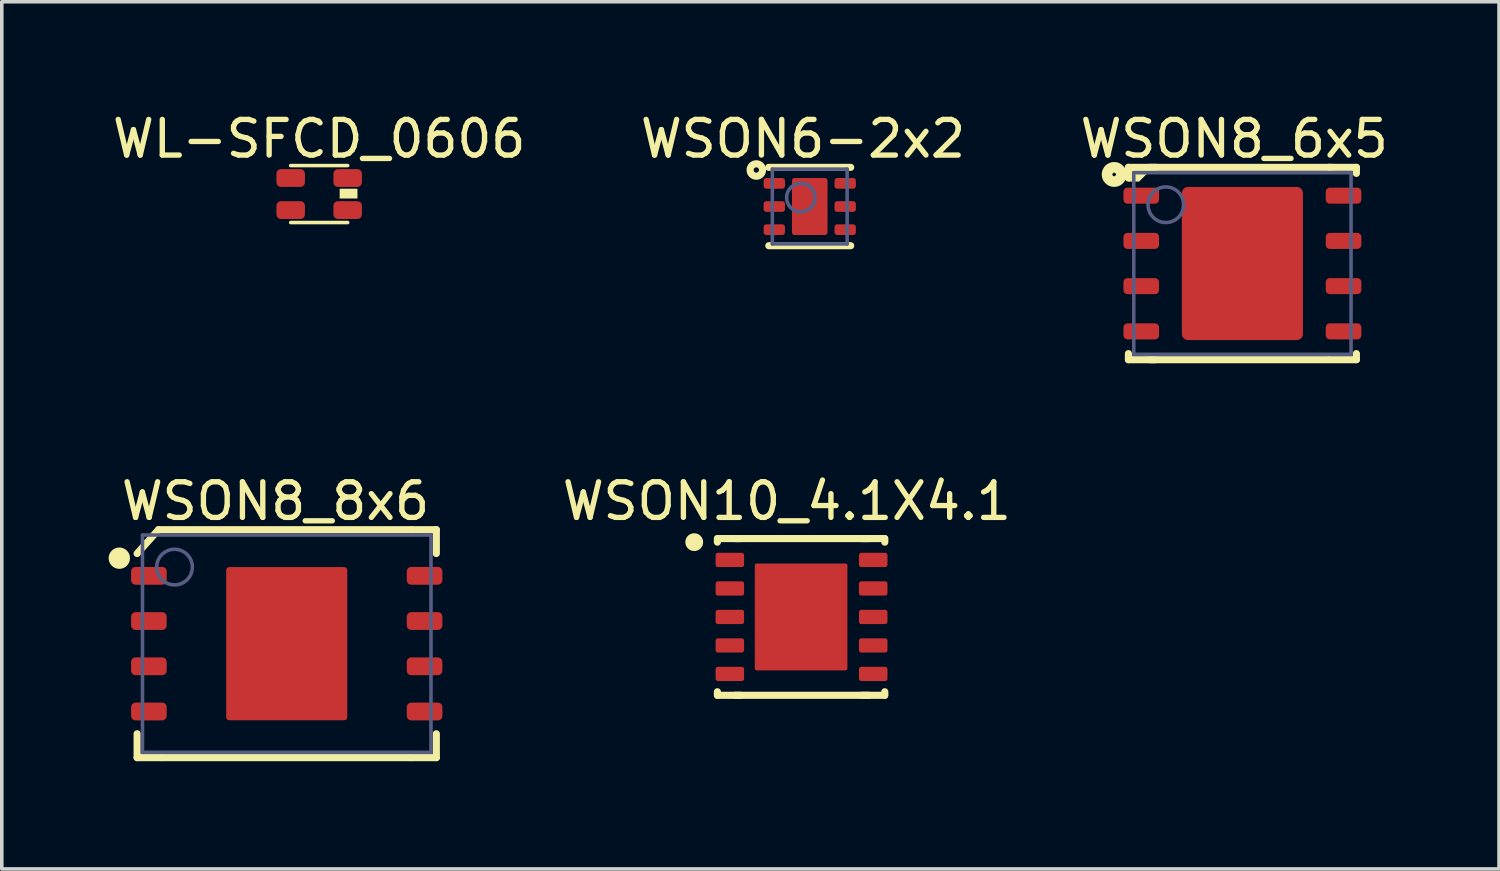
<source format=kicad_pcb>
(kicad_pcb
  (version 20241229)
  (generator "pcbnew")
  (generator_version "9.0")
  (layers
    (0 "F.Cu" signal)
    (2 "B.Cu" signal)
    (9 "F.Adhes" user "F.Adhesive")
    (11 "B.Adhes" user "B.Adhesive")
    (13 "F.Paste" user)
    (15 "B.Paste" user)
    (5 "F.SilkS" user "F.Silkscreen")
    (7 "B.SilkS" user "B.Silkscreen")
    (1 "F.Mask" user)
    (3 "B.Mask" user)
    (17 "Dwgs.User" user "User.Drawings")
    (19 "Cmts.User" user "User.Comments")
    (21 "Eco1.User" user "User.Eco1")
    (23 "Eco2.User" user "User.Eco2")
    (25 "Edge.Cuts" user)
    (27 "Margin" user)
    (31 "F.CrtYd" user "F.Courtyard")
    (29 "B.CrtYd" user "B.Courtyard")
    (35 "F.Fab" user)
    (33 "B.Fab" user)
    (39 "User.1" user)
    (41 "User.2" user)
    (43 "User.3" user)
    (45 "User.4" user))
  (footprint "WL-SFCD_0606"
    (layer "F.Cu")
    (at 5.911 2.398)
    (property "Reference" "WL-SFCD_0606" (at 0 -1.55 0) (layer "F.SilkS") (effects (font (size 1 1) (thickness 0.15))))
    (fp_line (start -0.8 -0.8) (end 0.8 -0.8) (stroke (width 0.1) (type solid)) (layer "F.SilkS"))
    (fp_line (start -0.8 0.8) (end 0.8 0.8) (stroke (width 0.1) (type solid)) (layer "F.SilkS"))
    (fp_rect (start 0.575 0.125) (end 1.075 -0.15) (stroke (width 0) (type default)) (fill yes) (layer "F.SilkS"))
    (fp_line (start -1.4 -1.05) (end 1.4 -1.05) (stroke (width 0.1) (type solid)) (layer "Eco2.User"))
    (fp_line (start -1.4 1.05) (end -1.4 -1.05) (stroke (width 0.1) (type solid)) (layer "Eco2.User"))
    (fp_line (start -1.4 1.05) (end 1.4 1.05) (stroke (width 0.1) (type solid)) (layer "Eco2.User"))
    (fp_line (start 1.4 1.05) (end 1.4 -1.05) (stroke (width 0.1) (type solid)) (layer "Eco2.User"))
    (fp_circle (center 0 0) (end 0 -0.035) (stroke (width 0.2) (type solid)) (fill no) (layer "Eco2.User"))
    (fp_line (start -0.8 -0.8) (end 0.8 -0.8) (stroke (width 0.1) (type solid)) (layer "User.2"))
    (fp_line (start -0.8 0.8) (end -0.8 -0.8) (stroke (width 0.1) (type solid)) (layer "User.2"))
    (fp_line (start -0.8 0.8) (end 0.8 0.8) (stroke (width 0.1) (type solid)) (layer "User.2"))
    (fp_line (start 0.8 0.8) (end 0.8 -0.8) (stroke (width 0.1) (type solid)) (layer "User.2"))
    (fp_rect (start 0.6 0.8) (end 0.8 -0.8) (stroke (width 0.1) (type default)) (fill no) (layer "User.2"))
    (pad "1" smd roundrect (at -0.8 0.45) (size 0.8 0.5) (layers "F.Cu" "F.Mask" "F.Paste") (roundrect_rratio 0.25))
    (pad "2" smd roundrect (at -0.8 -0.45) (size 0.8 0.5) (layers "F.Cu" "F.Mask" "F.Paste") (roundrect_rratio 0.25))
    (pad "3" smd roundrect (at 0.8 -0.45) (size 0.8 0.5) (layers "F.Cu" "F.Mask" "F.Paste") (roundrect_rratio 0.25))
    (pad "4" smd roundrect (at 0.8 0.45) (size 0.8 0.5) (layers "F.Cu" "F.Mask" "F.Paste") (roundrect_rratio 0.25)))
  (footprint "WSON8_8x6"
    (layer "F.Cu")
    (at 5 15.021)
    (property "Reference" "WSON8_8x6" (at -0.315 -4 0) (layer "F.SilkS") (effects (font (size 1 1) (thickness 0.15))))
    (fp_line (start -4.2 -2.53) (end -3.6 -3.2) (stroke (width 0.2) (type solid)) (layer "F.SilkS"))
    (fp_line (start -4.2 3.2) (end -4.2 2.53) (stroke (width 0.2) (type solid)) (layer "F.SilkS"))
    (fp_line (start -4.2 3.2) (end -3.495 3.2) (stroke (width 0.2) (type solid)) (layer "F.SilkS"))
    (fp_line (start -3.6 -3.2) (end 3.495 -3.2) (stroke (width 0.2) (type solid)) (layer "F.SilkS"))
    (fp_line (start -3.495 3.2) (end 3.495 3.2) (stroke (width 0.2) (type solid)) (layer "F.SilkS"))
    (fp_line (start 3.495 -3.2) (end 4.2 -3.2) (stroke (width 0.2) (type solid)) (layer "F.SilkS"))
    (fp_line (start 3.495 3.2) (end 4.2 3.2) (stroke (width 0.2) (type solid)) (layer "F.SilkS"))
    (fp_line (start 4.2 -2.53) (end 4.2 -3.2) (stroke (width 0.2) (type solid)) (layer "F.SilkS"))
    (fp_line (start 4.2 3.2) (end 4.2 2.53) (stroke (width 0.2) (type solid)) (layer "F.SilkS"))
    (fp_circle (center -4.7 -2.4) (end -4.7 -2.55) (stroke (width 0.3) (type solid)) (fill no) (layer "F.SilkS"))
    (fp_rect (start -1.595 -0.815) (end -0.665 -2.045) (stroke (width 0) (type default)) (fill yes) (layer "F.Paste"))
    (fp_rect (start -1.595 0.615) (end -0.665 -0.615) (stroke (width 0) (type default)) (fill yes) (layer "F.Paste"))
    (fp_rect (start -1.595 2.045) (end -0.665 0.815) (stroke (width 0) (type default)) (fill yes) (layer "F.Paste"))
    (fp_rect (start -0.465 -0.815) (end 0.465 -2.045) (stroke (width 0) (type default)) (fill yes) (layer "F.Paste"))
    (fp_rect (start -0.465 0.615) (end 0.465 -0.615) (stroke (width 0) (type default)) (fill yes) (layer "F.Paste"))
    (fp_rect (start -0.465 2.045) (end 0.465 0.815) (stroke (width 0) (type default)) (fill yes) (layer "F.Paste"))
    (fp_rect (start 0.665 -0.815) (end 1.595 -2.045) (stroke (width 0) (type default)) (fill yes) (layer "F.Paste"))
    (fp_rect (start 0.665 0.615) (end 1.595 -0.615) (stroke (width 0) (type default)) (fill yes) (layer "F.Paste"))
    (fp_rect (start 0.665 2.045) (end 1.595 0.815) (stroke (width 0) (type default)) (fill yes) (layer "F.Paste"))
    (fp_line (start -4.605 -3.3) (end 4.605 -3.3) (stroke (width 0.05) (type solid)) (layer "Eco2.User"))
    (fp_line (start -4.605 3.3) (end -4.605 -3.3) (stroke (width 0.05) (type solid)) (layer "Eco2.User"))
    (fp_line (start -4.605 3.3) (end 4.605 3.3) (stroke (width 0.05) (type solid)) (layer "Eco2.User"))
    (fp_line (start -0.5 0) (end 0.5 0) (stroke (width 0.1) (type solid)) (layer "Eco2.User"))
    (fp_line (start 0 0.5) (end 0 -0.5) (stroke (width 0.1) (type solid)) (layer "Eco2.User"))
    (fp_line (start 4.605 3.3) (end 4.605 -3.3) (stroke (width 0.05) (type solid)) (layer "Eco2.User"))
    (fp_line (start -4.05 -3.05) (end 4.05 -3.05) (stroke (width 0.1) (type solid)) (layer "B.Fab"))
    (fp_line (start -4.05 3.05) (end -4.05 -3.05) (stroke (width 0.1) (type solid)) (layer "B.Fab"))
    (fp_line (start -4.05 3.05) (end 4.05 3.05) (stroke (width 0.1) (type solid)) (layer "B.Fab"))
    (fp_line (start 4.05 3.05) (end 4.05 -3.05) (stroke (width 0.1) (type solid)) (layer "B.Fab"))
    (fp_circle (center -3.15 -2.15) (end -3.15 -2.65) (stroke (width 0.1) (type solid)) (fill no) (layer "B.Fab"))
    (pad "1" smd roundrect (at -3.87 -1.905 90) (size 0.5 1) (layers "F.Cu" "F.Mask" "F.Paste") (roundrect_rratio 0.25))
    (pad "2" smd roundrect (at -3.87 -0.635 90) (size 0.5 1) (layers "F.Cu" "F.Mask" "F.Paste") (roundrect_rratio 0.25))
    (pad "3" smd roundrect (at -3.87 0.635 90) (size 0.5 1) (layers "F.Cu" "F.Mask" "F.Paste") (roundrect_rratio 0.25))
    (pad "4" smd roundrect (at -3.87 1.905 90) (size 0.5 1) (layers "F.Cu" "F.Mask" "F.Paste") (roundrect_rratio 0.25))
    (pad "5" smd roundrect (at 3.87 1.905 90) (size 0.5 1) (layers "F.Cu" "F.Mask" "F.Paste") (roundrect_rratio 0.25))
    (pad "6" smd roundrect (at 3.87 0.635 90) (size 0.5 1) (layers "F.Cu" "F.Mask" "F.Paste") (roundrect_rratio 0.25))
    (pad "7" smd roundrect (at 3.87 -0.635 90) (size 0.5 1) (layers "F.Cu" "F.Mask" "F.Paste") (roundrect_rratio 0.25))
    (pad "8" smd roundrect (at 3.87 -1.905 90) (size 0.5 1) (layers "F.Cu" "F.Mask" "F.Paste") (roundrect_rratio 0.25))
    (pad "9" smd roundrect (at 0 0 90) (size 4.3 3.4) (layers "F.Cu" "F.Mask" "F.Paste") (roundrect_rratio 0.025)))
  (footprint "WSON10_4.1X4.1"
    (layer "F.Cu")
    (at 19.441 14.271)
    (property "Reference" "WSON10_4.1X4.1" (at -0.4 -3.25 0) (layer "F.SilkS") (effects (font (size 1 1) (thickness 0.15))))
    (fp_line (start -2.35 -2.1) (end -2.35 -2.2) (stroke (width 0.2) (type solid)) (layer "F.SilkS"))
    (fp_line (start -2.35 2.2) (end -2.35 2.1) (stroke (width 0.2) (type solid)) (layer "F.SilkS"))
    (fp_line (start -2.345 -2.2) (end -1.7 -2.2) (stroke (width 0.2) (type solid)) (layer "F.SilkS"))
    (fp_line (start -2.345 2.2) (end -1.7 2.2) (stroke (width 0.2) (type solid)) (layer "F.SilkS"))
    (fp_line (start -1.85 2.2) (end 1.9 2.2) (stroke (width 0.2) (type solid)) (layer "F.SilkS"))
    (fp_line (start -1.825 -2.2) (end 1.9 -2.2) (stroke (width 0.2) (type solid)) (layer "F.SilkS"))
    (fp_line (start 1.7 -2.2) (end 2.345 -2.2) (stroke (width 0.2) (type solid)) (layer "F.SilkS"))
    (fp_line (start 1.7 2.2) (end 2.345 2.2) (stroke (width 0.2) (type solid)) (layer "F.SilkS"))
    (fp_line (start 2.35 -2.1) (end 2.35 -2.2) (stroke (width 0.2) (type solid)) (layer "F.SilkS"))
    (fp_line (start 2.35 2.2) (end 2.35 2.1) (stroke (width 0.2) (type solid)) (layer "F.SilkS"))
    (fp_circle (center -3 -2.1) (end -3 -2.225) (stroke (width 0.25) (type solid)) (fill no) (layer "F.SilkS"))
    (fp_rect (start -2.4 -1.45) (end -1.7 -1.75) (stroke (width 0) (type default)) (fill yes) (layer "F.Paste"))
    (fp_rect (start -2.4 -0.65) (end -1.7 -0.95) (stroke (width 0) (type default)) (fill yes) (layer "F.Paste"))
    (fp_rect (start -2.4 0.15) (end -1.7 -0.15) (stroke (width 0) (type default)) (fill yes) (layer "F.Paste"))
    (fp_rect (start -2.4 0.95) (end -1.7 0.65) (stroke (width 0) (type default)) (fill yes) (layer "F.Paste"))
    (fp_rect (start -2.4 1.75) (end -1.7 1.45) (stroke (width 0) (type default)) (fill yes) (layer "F.Paste"))
    (fp_rect (start -0.1 -1.4) (end -1.2 -0.1) (stroke (width 0) (type default)) (fill yes) (layer "F.Paste"))
    (fp_rect (start -0.1 0.1) (end -1.2 1.4) (stroke (width 0) (type default)) (fill yes) (layer "F.Paste"))
    (fp_rect (start 0.1 -0.1) (end 1.2 -1.4) (stroke (width 0) (type default)) (fill yes) (layer "F.Paste"))
    (fp_rect (start 0.1 1.4) (end 1.2 0.1) (stroke (width 0) (type default)) (fill yes) (layer "F.Paste"))
    (fp_rect (start 2.4 -1.75) (end 1.7 -1.45) (stroke (width 0) (type default)) (fill yes) (layer "F.Paste"))
    (fp_rect (start 2.4 -0.95) (end 1.7 -0.65) (stroke (width 0) (type default)) (fill yes) (layer "F.Paste"))
    (fp_rect (start 2.4 -0.15) (end 1.7 0.15) (stroke (width 0) (type default)) (fill yes) (layer "F.Paste"))
    (fp_rect (start 2.4 0.65) (end 1.7 0.95) (stroke (width 0) (type default)) (fill yes) (layer "F.Paste"))
    (fp_rect (start 2.4 1.45) (end 1.7 1.75) (stroke (width 0) (type default)) (fill yes) (layer "F.Paste"))
    (fp_line (start -2.925 -2.15) (end 2.95 -2.15) (stroke (width 0.05) (type solid)) (layer "Eco2.User"))
    (fp_line (start -2.925 2.15) (end -2.925 -2.15) (stroke (width 0.05) (type solid)) (layer "Eco2.User"))
    (fp_line (start -2.925 2.15) (end 2.95 2.15) (stroke (width 0.05) (type solid)) (layer "Eco2.User"))
    (fp_line (start 2.95 2.15) (end 2.95 -2.15) (stroke (width 0.05) (type solid)) (layer "Eco2.User"))
    (fp_circle (center 0 0) (end 0 -0.125) (stroke (width 0.25) (type solid)) (fill no) (layer "Eco2.User"))
    (fp_text_box "" (start -2.3 -2.5) (end -2.3 -2.5) (margins 0.755 0.755 0.755 0.755) (layer "F.Cu") (effects (font (size 0.94 0.8) (thickness 0.14)) (justify left bottom)) (border yes) (stroke (width 0.1) (type default)))
    (pad "1" smd roundrect (at -2 -1.6 270) (size 0.4 0.8) (layers "F.Cu" "F.Mask" "F.Paste") (roundrect_rratio 0.165))
    (pad "2" smd roundrect (at -2 -0.8 270) (size 0.4 0.8) (layers "F.Cu" "F.Mask" "F.Paste") (roundrect_rratio 0.165))
    (pad "3" smd roundrect (at -2 0 270) (size 0.4 0.8) (layers "F.Cu" "F.Mask" "F.Paste") (roundrect_rratio 0.165))
    (pad "4" smd roundrect (at -2 0.8 270) (size 0.4 0.8) (layers "F.Cu" "F.Mask" "F.Paste") (roundrect_rratio 0.165))
    (pad "5" smd roundrect (at -2 1.6 270) (size 0.4 0.8) (layers "F.Cu" "F.Mask" "F.Paste") (roundrect_rratio 0.165))
    (pad "6" smd roundrect (at 2.025 1.6 270) (size 0.4 0.8) (layers "F.Cu" "F.Mask" "F.Paste") (roundrect_rratio 0.165))
    (pad "7" smd roundrect (at 2.025 0.8 270) (size 0.4 0.8) (layers "F.Cu" "F.Mask" "F.Paste") (roundrect_rratio 0.165))
    (pad "8" smd roundrect (at 2.025 0 270) (size 0.4 0.8) (layers "F.Cu" "F.Mask" "F.Paste") (roundrect_rratio 0.165))
    (pad "9" smd roundrect (at 2.025 -0.8 270) (size 0.4 0.8) (layers "F.Cu" "F.Mask" "F.Paste") (roundrect_rratio 0.165))
    (pad "10" smd roundrect (at 2.025 -1.6 270) (size 0.4 0.8) (layers "F.Cu" "F.Mask" "F.Paste") (roundrect_rratio 0.165))
    (pad "11" smd roundrect (at 0 0 270) (size 3 2.6) (layers "F.Cu" "F.Mask" "F.Paste") (roundrect_rratio 0.02)))
  (footprint "WSON8_6x5"
    (layer "F.Cu")
    (at 31.831 4.348)
    (property "Reference" "WSON8_6x5" (at -0.23 -3.5 0) (layer "F.SilkS") (effects (font (size 1 1) (thickness 0.15))))
    (fp_line (start -3.2 -2.7) (end -2.44 -2.7) (stroke (width 0.2) (type solid)) (layer "F.SilkS"))
    (fp_line (start -3.2 -2.53) (end -3.2 -2.7) (stroke (width 0.2) (type solid)) (layer "F.SilkS"))
    (fp_line (start -3.2 -2.4) (end -3.2 -2.5) (stroke (width 0.2) (type solid)) (layer "F.SilkS"))
    (fp_line (start -3.2 2.7) (end -3.2 2.53) (stroke (width 0.2) (type solid)) (layer "F.SilkS"))
    (fp_line (start -3.2 2.7) (end -2.44 2.7) (stroke (width 0.2) (type solid)) (layer "F.SilkS"))
    (fp_line (start -2.6 -2.7) (end 2.5 -2.7) (stroke (width 0.2) (type solid)) (layer "F.SilkS"))
    (fp_line (start -2.6 2.7) (end 2.4 2.7) (stroke (width 0.2) (type solid)) (layer "F.SilkS"))
    (fp_line (start 2.44 -2.7) (end 3.2 -2.7) (stroke (width 0.2) (type solid)) (layer "F.SilkS"))
    (fp_line (start 2.44 2.7) (end 3.2 2.7) (stroke (width 0.2) (type solid)) (layer "F.SilkS"))
    (fp_line (start 3.2 -2.53) (end 3.2 -2.7) (stroke (width 0.2) (type solid)) (layer "F.SilkS"))
    (fp_line (start 3.2 2.7) (end 3.2 2.53) (stroke (width 0.2) (type solid)) (layer "F.SilkS"))
    (fp_rect (start -3.2 -2.3) (end -2.9 -2.7) (stroke (width 0) (type default)) (fill yes) (layer "F.SilkS"))
    (fp_circle (center -3.6 -2.5) (end -3.6 -2.55) (stroke (width 0.3) (type solid)) (fill no) (layer "F.SilkS"))
    (fp_poly (pts (xy -2.9 -2.3) (xy -2.5 -2.7) (xy -3.033 -2.7)) (stroke (width 0) (type default)) (fill yes) (layer "F.SilkS"))
    (fp_rect (start -1.595 -0.815) (end -0.665 -2.045) (stroke (width 0) (type default)) (fill yes) (layer "F.Paste"))
    (fp_rect (start -1.595 0.615) (end -0.665 -0.615) (stroke (width 0) (type default)) (fill yes) (layer "F.Paste"))
    (fp_rect (start -1.595 2.045) (end -0.665 0.815) (stroke (width 0) (type default)) (fill yes) (layer "F.Paste"))
    (fp_rect (start -0.465 -0.815) (end 0.465 -2.045) (stroke (width 0) (type default)) (fill yes) (layer "F.Paste"))
    (fp_rect (start -0.465 0.615) (end 0.465 -0.615) (stroke (width 0) (type default)) (fill yes) (layer "F.Paste"))
    (fp_rect (start -0.465 2.045) (end 0.465 0.815) (stroke (width 0) (type default)) (fill yes) (layer "F.Paste"))
    (fp_rect (start 0.665 -0.815) (end 1.595 -2.045) (stroke (width 0) (type default)) (fill yes) (layer "F.Paste"))
    (fp_rect (start 0.665 0.615) (end 1.595 -0.615) (stroke (width 0) (type default)) (fill yes) (layer "F.Paste"))
    (fp_rect (start 0.665 2.045) (end 1.595 0.815) (stroke (width 0) (type default)) (fill yes) (layer "F.Paste"))
    (fp_line (start -3.605 -2.8) (end 3.605 -2.8) (stroke (width 0.05) (type solid)) (layer "Eco2.User"))
    (fp_line (start -3.605 2.8) (end -3.605 -2.8) (stroke (width 0.05) (type solid)) (layer "Eco2.User"))
    (fp_line (start -3.605 2.8) (end 3.605 2.8) (stroke (width 0.05) (type solid)) (layer "Eco2.User"))
    (fp_line (start -0.5 0) (end 0.5 0) (stroke (width 0.1) (type solid)) (layer "Eco2.User"))
    (fp_line (start 0 0.5) (end 0 -0.5) (stroke (width 0.1) (type solid)) (layer "Eco2.User"))
    (fp_line (start 3.605 2.8) (end 3.605 -2.8) (stroke (width 0.05) (type solid)) (layer "Eco2.User"))
    (fp_line (start -3.05 -2.55) (end 3.05 -2.55) (stroke (width 0.1) (type solid)) (layer "B.Fab"))
    (fp_line (start -3.05 2.55) (end -3.05 -2.55) (stroke (width 0.1) (type solid)) (layer "B.Fab"))
    (fp_line (start -3.05 2.55) (end 3.05 2.55) (stroke (width 0.1) (type solid)) (layer "B.Fab"))
    (fp_line (start 3.05 2.55) (end 3.05 -2.55) (stroke (width 0.1) (type solid)) (layer "B.Fab"))
    (fp_circle (center -2.15 -1.65) (end -2.15 -2.15) (stroke (width 0.1) (type solid)) (fill no) (layer "B.Fab"))
    (pad "1" smd roundrect (at -2.84 -1.905 90) (size 0.45 1) (layers "F.Cu" "F.Mask" "F.Paste") (roundrect_rratio 0.25))
    (pad "2" smd roundrect (at -2.84 -0.635 90) (size 0.45 1) (layers "F.Cu" "F.Mask" "F.Paste") (roundrect_rratio 0.25))
    (pad "3" smd roundrect (at -2.84 0.635 90) (size 0.45 1) (layers "F.Cu" "F.Mask" "F.Paste") (roundrect_rratio 0.25))
    (pad "4" smd roundrect (at -2.84 1.905 90) (size 0.45 1) (layers "F.Cu" "F.Mask" "F.Paste") (roundrect_rratio 0.25))
    (pad "5" smd roundrect (at 2.84 1.905 90) (size 0.45 1) (layers "F.Cu" "F.Mask" "F.Paste") (roundrect_rratio 0.25))
    (pad "6" smd roundrect (at 2.84 0.635 90) (size 0.45 1) (layers "F.Cu" "F.Mask" "F.Paste") (roundrect_rratio 0.25))
    (pad "7" smd roundrect (at 2.84 -0.635 90) (size 0.45 1) (layers "F.Cu" "F.Mask" "F.Paste") (roundrect_rratio 0.25))
    (pad "8" smd roundrect (at 2.84 -1.905 90) (size 0.45 1) (layers "F.Cu" "F.Mask" "F.Paste") (roundrect_rratio 0.25))
    (pad "9" smd roundrect (at 0 0 90) (size 4.3 3.4) (layers "F.Cu" "F.Mask" "F.Paste") (roundrect_rratio 0.05)))
  (footprint "WSON6-2x2"
    (layer "F.Cu")
    (at 19.684 2.748)
    (property "Reference" "WSON6-2x2" (at -0.19 -1.9 0) (layer "F.SilkS") (effects (font (size 1 1) (thickness 0.15))))
    (fp_line (start -1.15 -1.1) (end 1.15 -1.1) (stroke (width 0.2) (type solid)) (layer "F.SilkS"))
    (fp_line (start -1.15 1.1) (end 1.15 1.1) (stroke (width 0.2) (type solid)) (layer "F.SilkS"))
    (fp_circle (center -1.5 -1.025) (end -1.5 -1.1) (stroke (width 0.2) (type solid)) (fill no) (layer "F.SilkS"))
    (fp_line (start -1.605 -1.3) (end 1.605 -1.3) (stroke (width 0.05) (type solid)) (layer "Eco2.User"))
    (fp_line (start -1.605 1.3) (end -1.605 -1.3) (stroke (width 0.05) (type solid)) (layer "Eco2.User"))
    (fp_line (start -1.605 1.3) (end 1.605 1.3) (stroke (width 0.05) (type solid)) (layer "Eco2.User"))
    (fp_line (start -0.5 0) (end 0.5 0) (stroke (width 0.1) (type solid)) (layer "Eco2.User"))
    (fp_line (start 0 0.5) (end 0 -0.5) (stroke (width 0.1) (type solid)) (layer "Eco2.User"))
    (fp_line (start 1.605 1.3) (end 1.605 -1.3) (stroke (width 0.05) (type solid)) (layer "Eco2.User"))
    (fp_line (start -1.05 -1.05) (end 1.05 -1.05) (stroke (width 0.1) (type solid)) (layer "B.Fab"))
    (fp_line (start -1.05 1.05) (end -1.05 -1.05) (stroke (width 0.1) (type solid)) (layer "B.Fab"))
    (fp_line (start -1.05 1.05) (end 1.05 1.05) (stroke (width 0.1) (type solid)) (layer "B.Fab"))
    (fp_line (start 1.05 1.05) (end 1.05 -1.05) (stroke (width 0.1) (type solid)) (layer "B.Fab"))
    (fp_circle (center -0.25 -0.25) (end -0.25 -0.65) (stroke (width 0.1) (type solid)) (fill no) (layer "B.Fab"))
    (pad "1" smd roundrect (at -0.995 -0.65 90) (size 0.3 0.6) (layers "F.Cu" "F.Mask" "F.Paste") (roundrect_rratio 0.25))
    (pad "2" smd roundrect (at -0.995 0 90) (size 0.3 0.6) (layers "F.Cu" "F.Mask" "F.Paste") (roundrect_rratio 0.25))
    (pad "3" smd roundrect (at -0.995 0.65 90) (size 0.3 0.6) (layers "F.Cu" "F.Mask" "F.Paste") (roundrect_rratio 0.25))
    (pad "4" smd roundrect (at 0.995 0.65 90) (size 0.3 0.6) (layers "F.Cu" "F.Mask" "F.Paste") (roundrect_rratio 0.25))
    (pad "5" smd roundrect (at 0.995 0 90) (size 0.3 0.6) (layers "F.Cu" "F.Mask" "F.Paste") (roundrect_rratio 0.25))
    (pad "6" smd roundrect (at 0.995 -0.65 90) (size 0.3 0.6) (layers "F.Cu" "F.Mask" "F.Paste") (roundrect_rratio 0.25))
    (pad "7" smd roundrect (at 0 0 90) (size 1.6 1) (layers "F.Cu" "F.Mask" "F.Paste") (roundrect_rratio 0.075)))
  (gr_rect
    (start -3 -3)
    (end 39.036 21.346)
    (stroke (width 0.1) (type default))
    (fill no)
    (layer "Edge.Cuts")))
</source>
